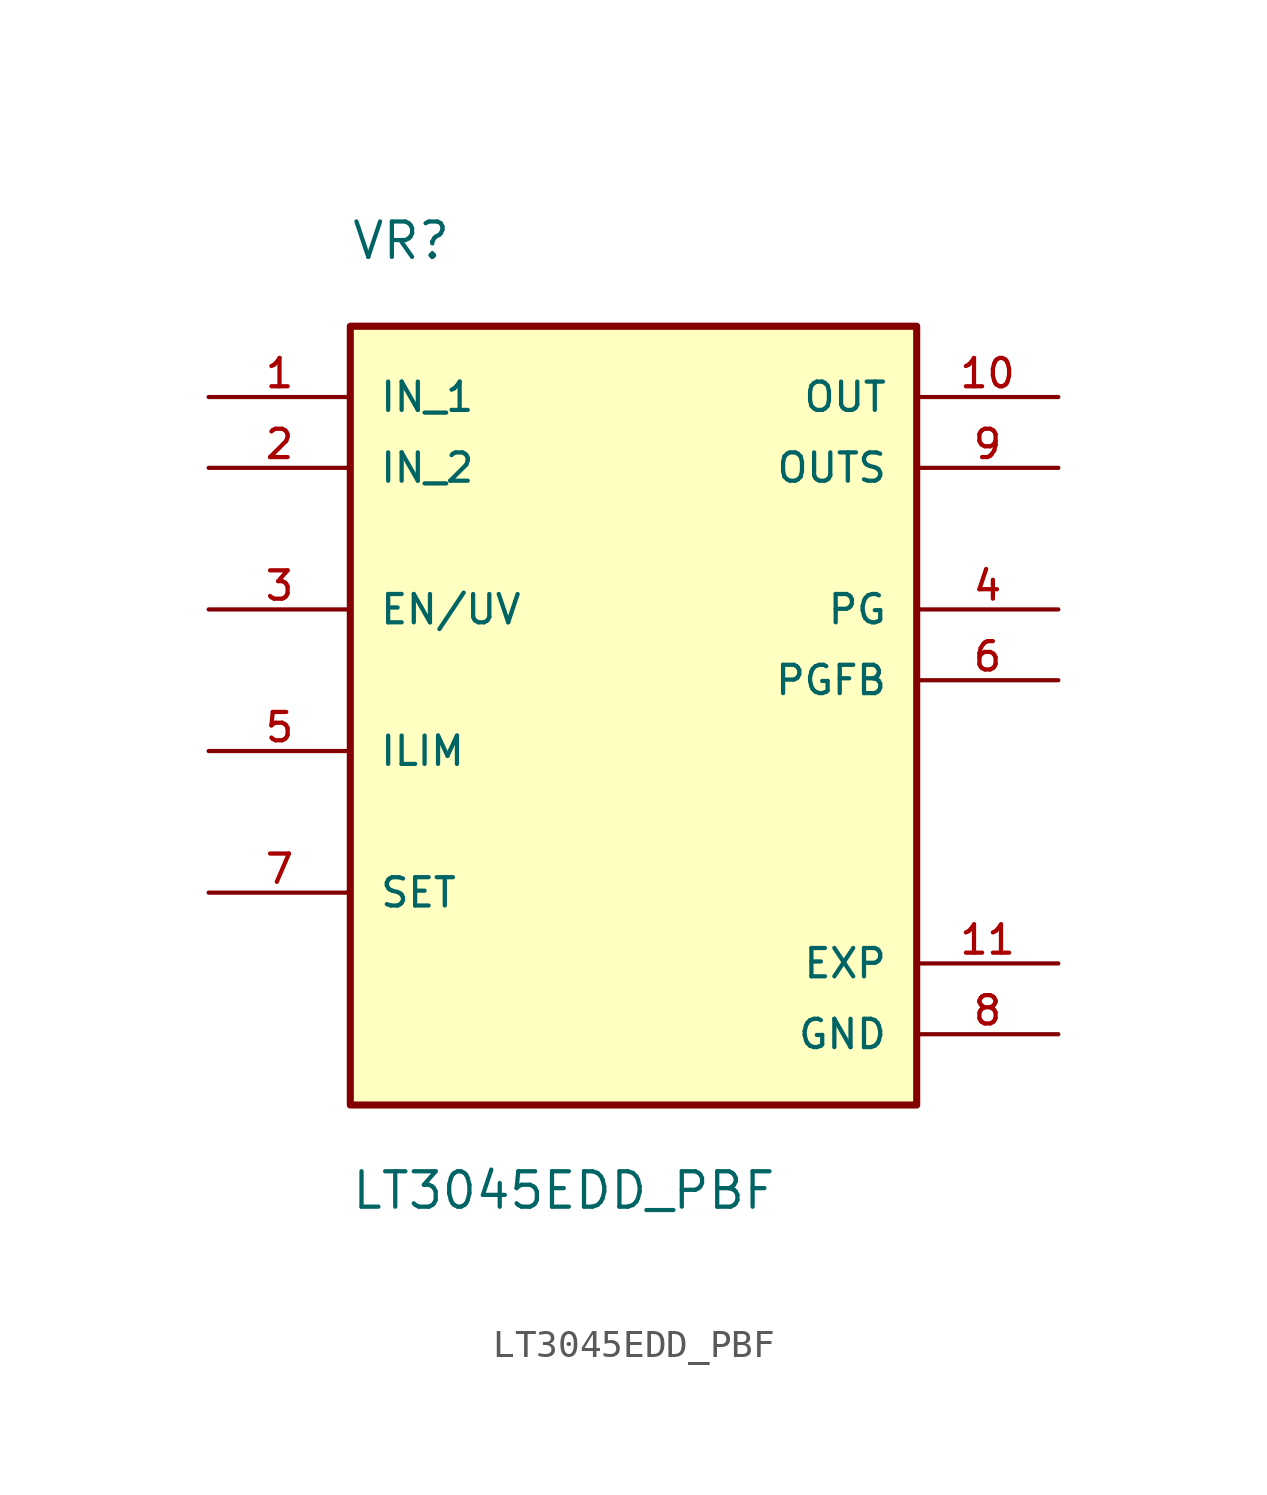
<source format=kicad_sym>
(kicad_symbol_lib
  (version 20211014)
  (generator kicad_symbol_editor)
  (symbol "LT3045EDD_PBF"
    (pin_names
      (offset 1.016))
    (property "Reference" "VR"
      (at -10.16 16.51 0)
      (effects (font (size 1.27 1.27)) (justify top left)))
    (property "Value" "LT3045EDD_PBF"
      (at -10.16 -19.05 0)
      (effects (font (size 1.27 1.27)) (justify bottom left)))
    (symbol "LT3045EDD_PBF_0_0"
      (rectangle (start -10.16 -15.24) (end 10.16 12.7) (stroke (width 0.254)) (fill (type background)))
      (pin input line (at -15.24 10.16 0) (length 5.08) (name "IN_1" (effects (font (size 1.016 1.016)))) (number "1" (effects (font (size 1.016 1.016)))))
      (pin input line (at -15.24 7.62 0) (length 5.08) (name "IN_2" (effects (font (size 1.016 1.016)))) (number "2" (effects (font (size 1.016 1.016)))))
      (pin input line (at -15.24 2.54 0) (length 5.08) (name "EN/UV" (effects (font (size 1.016 1.016)))) (number "3" (effects (font (size 1.016 1.016)))))
      (pin output line (at 15.24 2.54 180.0) (length 5.08) (name "PG" (effects (font (size 1.016 1.016)))) (number "4" (effects (font (size 1.016 1.016)))))
      (pin input line (at -15.24 -2.54 0) (length 5.08) (name "ILIM" (effects (font (size 1.016 1.016)))) (number "5" (effects (font (size 1.016 1.016)))))
      (pin output line (at 15.24 10.16 180.0) (length 5.08) (name "OUT" (effects (font (size 1.016 1.016)))) (number "10" (effects (font (size 1.016 1.016)))))
      (pin input line (at 15.24 7.62 180.0) (length 5.08) (name "OUTS" (effects (font (size 1.016 1.016)))) (number "9" (effects (font (size 1.016 1.016)))))
      (pin power_in line (at 15.24 -12.7 180.0) (length 5.08) (name "GND" (effects (font (size 1.016 1.016)))) (number "8" (effects (font (size 1.016 1.016)))))
      (pin input line (at -15.24 -7.62 0) (length 5.08) (name "SET" (effects (font (size 1.016 1.016)))) (number "7" (effects (font (size 1.016 1.016)))))
      (pin input line (at 15.24 0.0 180.0) (length 5.08) (name "PGFB" (effects (font (size 1.016 1.016)))) (number "6" (effects (font (size 1.016 1.016)))))
      (pin power_in line (at 15.24 -10.16 180.0) (length 5.08) (name "EXP" (effects (font (size 1.016 1.016)))) (number "11" (effects (font (size 1.016 1.016))))))))
</source>
